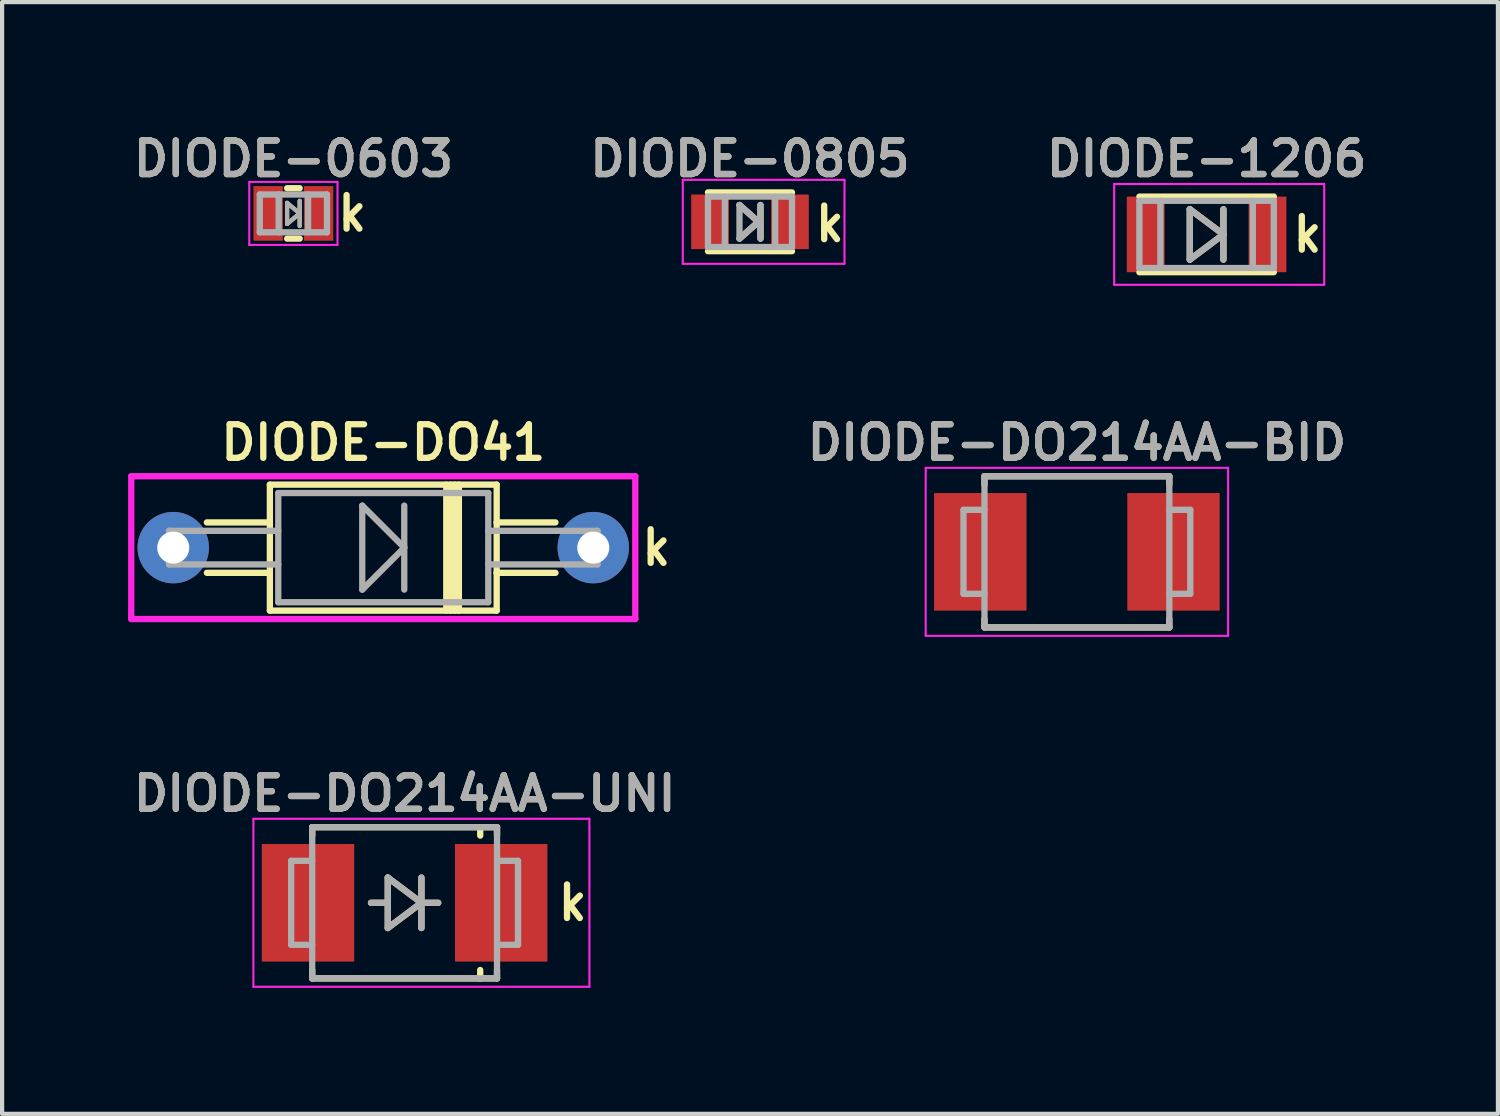
<source format=kicad_pcb>
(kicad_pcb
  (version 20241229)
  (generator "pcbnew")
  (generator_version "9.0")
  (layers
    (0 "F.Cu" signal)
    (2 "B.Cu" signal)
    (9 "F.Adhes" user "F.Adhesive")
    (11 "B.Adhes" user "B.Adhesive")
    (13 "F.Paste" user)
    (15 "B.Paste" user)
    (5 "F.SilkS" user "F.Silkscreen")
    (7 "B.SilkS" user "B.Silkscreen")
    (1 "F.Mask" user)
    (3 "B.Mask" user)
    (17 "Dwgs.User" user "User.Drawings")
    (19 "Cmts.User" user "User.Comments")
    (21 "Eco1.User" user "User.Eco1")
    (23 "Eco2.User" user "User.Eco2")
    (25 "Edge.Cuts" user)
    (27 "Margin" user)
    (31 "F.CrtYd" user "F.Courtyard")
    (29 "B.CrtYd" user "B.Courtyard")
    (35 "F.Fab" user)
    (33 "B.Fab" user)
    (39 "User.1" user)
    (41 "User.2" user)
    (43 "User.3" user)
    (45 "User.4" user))
  (footprint "DIODE-0805"
    (layer "F.Cu")
    (at 14.806 2.231)
    (property "Reference" "DIODE-0805" (at 0 -1.5 0) (layer "F.SilkS") (effects (font (size 0.8 0.8) (thickness 0.15))))
    (attr smd)
    (fp_line (start -1 -0.7) (end 1 -0.7) (stroke (width 0.15) (type solid)) (layer "F.SilkS"))
    (fp_line (start -0.25 -0.4) (end 0.2 0) (stroke (width 0.15) (type solid)) (layer "F.SilkS"))
    (fp_line (start 0.2 0) (end -0.25 0.4) (stroke (width 0.15) (type solid)) (layer "F.SilkS"))
    (fp_line (start 0.25 -0.4) (end 0.25 0.4) (stroke (width 0.15) (type solid)) (layer "F.SilkS"))
    (fp_line (start 1 0.7) (end -1 0.7) (stroke (width 0.15) (type solid)) (layer "F.SilkS"))
    (fp_line (start -1.6 -1) (end -1.6 1) (stroke (width 0.05) (type solid)) (layer "F.CrtYd"))
    (fp_line (start -1.6 -1) (end 2.25 -1) (stroke (width 0.05) (type solid)) (layer "F.CrtYd"))
    (fp_line (start -1.6 1) (end 2.25 1) (stroke (width 0.05) (type solid)) (layer "F.CrtYd"))
    (fp_line (start 2.25 -1) (end 2.25 1) (stroke (width 0.05) (type solid)) (layer "F.CrtYd"))
    (fp_line (start -1 -0.6) (end 1 -0.6) (stroke (width 0.15) (type solid)) (layer "F.Fab"))
    (fp_line (start -1 0.6) (end -1 -0.6) (stroke (width 0.15) (type solid)) (layer "F.Fab"))
    (fp_line (start -0.6 -0.6) (end -0.6 0.6) (stroke (width 0.15) (type solid)) (layer "F.Fab"))
    (fp_line (start -0.25 -0.4) (end -0.25 0.4) (stroke (width 0.15) (type solid)) (layer "F.Fab"))
    (fp_line (start -0.25 0.4) (end 0.2 0) (stroke (width 0.15) (type solid)) (layer "F.Fab"))
    (fp_line (start 0.2 0) (end -0.25 -0.4) (stroke (width 0.15) (type solid)) (layer "F.Fab"))
    (fp_line (start 0.25 -0.4) (end 0.25 0.4) (stroke (width 0.15) (type solid)) (layer "F.Fab"))
    (fp_line (start 0.6 -0.6) (end 0.6 0.6) (stroke (width 0.15) (type solid)) (layer "F.Fab"))
    (fp_line (start 1 -0.6) (end 1 0.6) (stroke (width 0.15) (type solid)) (layer "F.Fab"))
    (fp_line (start 1 0.6) (end -1 0.6) (stroke (width 0.15) (type solid)) (layer "F.Fab"))
    (fp_text user "k" (at 1.9 0.05 0) (layer "F.SilkS") (effects (font (size 0.8 0.8) (thickness 0.15))))
    (fp_text user "${REFERENCE}" (at 0 -1.5 0) (layer "F.Fab") (effects (font (size 0.8 0.8) (thickness 0.15))))
    (pad "1" smd rect (at 0.95 0) (size 0.9 1.3) (layers "F.Cu" "F.Mask" "F.Paste"))
    (pad "2" smd rect (at -0.95 0) (size 0.9 1.3) (layers "F.Cu" "F.Mask" "F.Paste")))
  (footprint "DIODE-0603"
    (layer "F.Cu")
    (at 3.935 2.031)
    (property "Reference" "DIODE-0603" (at 0 -1.3 0) (layer "F.SilkS") (effects (font (size 0.8 0.8) (thickness 0.15))))
    (attr smd)
    (fp_line (start -0.15 -0.6) (end 0.15 -0.6) (stroke (width 0.15) (type solid)) (layer "F.SilkS"))
    (fp_line (start -0.15 -0.25) (end -0.15 0.25) (stroke (width 0.1) (type solid)) (layer "F.SilkS"))
    (fp_line (start -0.15 0.25) (end 0.15 0) (stroke (width 0.1) (type solid)) (layer "F.SilkS"))
    (fp_line (start -0.15 0.6) (end 0.15 0.6) (stroke (width 0.15) (type solid)) (layer "F.SilkS"))
    (fp_line (start 0.15 -0.3) (end 0.15 0.3) (stroke (width 0.1) (type solid)) (layer "F.SilkS"))
    (fp_line (start 0.15 0) (end -0.15 -0.25) (stroke (width 0.1) (type solid)) (layer "F.SilkS"))
    (fp_line (start -1.05 -0.75) (end 1.05 -0.75) (stroke (width 0.05) (type solid)) (layer "F.CrtYd"))
    (fp_line (start -1.05 0.75) (end -1.05 -0.75) (stroke (width 0.05) (type solid)) (layer "F.CrtYd"))
    (fp_line (start 1.05 -0.75) (end 1.05 0.75) (stroke (width 0.05) (type solid)) (layer "F.CrtYd"))
    (fp_line (start 1.05 0.75) (end -1.05 0.75) (stroke (width 0.05) (type solid)) (layer "F.CrtYd"))
    (fp_line (start -0.8 -0.45) (end 0.8 -0.45) (stroke (width 0.15) (type solid)) (layer "F.Fab"))
    (fp_line (start -0.8 0.45) (end -0.8 -0.45) (stroke (width 0.15) (type solid)) (layer "F.Fab"))
    (fp_line (start -0.35 -0.45) (end -0.35 0.45) (stroke (width 0.15) (type solid)) (layer "F.Fab"))
    (fp_line (start -0.15 -0.25) (end -0.15 0.25) (stroke (width 0.1) (type solid)) (layer "F.Fab"))
    (fp_line (start -0.15 0.25) (end 0.15 0) (stroke (width 0.1) (type solid)) (layer "F.Fab"))
    (fp_line (start 0.15 -0.3) (end 0.15 0.3) (stroke (width 0.1) (type solid)) (layer "F.Fab"))
    (fp_line (start 0.15 0) (end -0.15 -0.25) (stroke (width 0.1) (type solid)) (layer "F.Fab"))
    (fp_line (start 0.35 -0.45) (end 0.35 0.45) (stroke (width 0.15) (type solid)) (layer "F.Fab"))
    (fp_line (start 0.8 -0.45) (end 0.8 0.45) (stroke (width 0.15) (type solid)) (layer "F.Fab"))
    (fp_line (start 0.8 0.45) (end -0.8 0.45) (stroke (width 0.15) (type solid)) (layer "F.Fab"))
    (fp_text user "k" (at 1.4 0 0) (layer "F.SilkS") (effects (font (size 0.8 0.8) (thickness 0.15))))
    (fp_text user "${REFERENCE}" (at 0 -1.3 0) (layer "F.Fab") (effects (font (size 0.8 0.8) (thickness 0.15))))
    (pad "1" smd rect (at -0.6 0) (size 0.7 1.3) (layers "F.Cu" "F.Mask" "F.Paste"))
    (pad "2" smd rect (at 0.6 0) (size 0.7 1.3) (layers "F.Cu" "F.Mask" "F.Paste")))
  (footprint "DIODE-DO41"
    (layer "F.Cu")
    (at 6.075 9.988)
    (property "Reference" "DIODE-DO41" (at 0 -2.5 0) (layer "F.SilkS") (effects (font (size 0.8 0.8) (thickness 0.15))))
    (attr through_hole)
    (fp_line (start -4.2 -0.6) (end -2.7 -0.6) (stroke (width 0.15) (type solid)) (layer "F.SilkS"))
    (fp_line (start -2.7 -1.5) (end 2.7 -1.5) (stroke (width 0.15) (type solid)) (layer "F.SilkS"))
    (fp_line (start -2.7 -0.6) (end -2.7 -1.5) (stroke (width 0.15) (type solid)) (layer "F.SilkS"))
    (fp_line (start -2.7 -0.6) (end -2.7 0.6) (stroke (width 0.15) (type solid)) (layer "F.SilkS"))
    (fp_line (start -2.7 0.6) (end -4.2 0.6) (stroke (width 0.15) (type solid)) (layer "F.SilkS"))
    (fp_line (start -2.7 1.5) (end -2.7 0.6) (stroke (width 0.15) (type solid)) (layer "F.SilkS"))
    (fp_line (start 1.5 -1.5) (end 1.5 1.5) (stroke (width 0.15) (type solid)) (layer "F.SilkS"))
    (fp_line (start 1.6 1.5) (end 1.6 -1.5) (stroke (width 0.15) (type solid)) (layer "F.SilkS"))
    (fp_line (start 1.7 -1.5) (end 1.7 1.5) (stroke (width 0.15) (type solid)) (layer "F.SilkS"))
    (fp_line (start 1.8 -1.5) (end 1.8 1.5) (stroke (width 0.15) (type solid)) (layer "F.SilkS"))
    (fp_line (start 2.7 -1.5) (end 2.7 -0.6) (stroke (width 0.15) (type solid)) (layer "F.SilkS"))
    (fp_line (start 2.7 -0.6) (end 2.7 0.6) (stroke (width 0.15) (type solid)) (layer "F.SilkS"))
    (fp_line (start 2.7 -0.6) (end 4.1 -0.6) (stroke (width 0.15) (type solid)) (layer "F.SilkS"))
    (fp_line (start 2.7 0.6) (end 2.7 1.5) (stroke (width 0.15) (type solid)) (layer "F.SilkS"))
    (fp_line (start 2.7 1.5) (end -2.7 1.5) (stroke (width 0.15) (type solid)) (layer "F.SilkS"))
    (fp_line (start 4.1 0.6) (end 2.7 0.6) (stroke (width 0.15) (type solid)) (layer "F.SilkS"))
    (fp_line (start -6 -1.7) (end 6 -1.7) (stroke (width 0.15) (type solid)) (layer "F.CrtYd"))
    (fp_line (start -6 1.7) (end -6 -1.7) (stroke (width 0.15) (type solid)) (layer "F.CrtYd"))
    (fp_line (start 6 -1.7) (end 6 1.7) (stroke (width 0.15) (type solid)) (layer "F.CrtYd"))
    (fp_line (start 6 1.7) (end -6 1.7) (stroke (width 0.15) (type solid)) (layer "F.CrtYd"))
    (fp_line (start -5.1 -0.4) (end -5.1 0.4) (stroke (width 0.15) (type solid)) (layer "F.Fab"))
    (fp_line (start -5.1 0.4) (end -2.5 0.4) (stroke (width 0.15) (type solid)) (layer "F.Fab"))
    (fp_line (start -2.5 -1.3) (end -2.5 1.3) (stroke (width 0.15) (type solid)) (layer "F.Fab"))
    (fp_line (start -2.5 -0.4) (end -5.1 -0.4) (stroke (width 0.15) (type solid)) (layer "F.Fab"))
    (fp_line (start -2.5 1.3) (end 2.5 1.3) (stroke (width 0.15) (type solid)) (layer "F.Fab"))
    (fp_line (start -0.5 -1) (end -0.5 1) (stroke (width 0.15) (type solid)) (layer "F.Fab"))
    (fp_line (start -0.5 1) (end 0.5 0) (stroke (width 0.15) (type solid)) (layer "F.Fab"))
    (fp_line (start 0.5 -1) (end 0.5 1) (stroke (width 0.15) (type solid)) (layer "F.Fab"))
    (fp_line (start 0.5 0) (end -0.5 -1) (stroke (width 0.15) (type solid)) (layer "F.Fab"))
    (fp_line (start 2.5 -1.3) (end -2.5 -1.3) (stroke (width 0.15) (type solid)) (layer "F.Fab"))
    (fp_line (start 2.5 -0.4) (end 5.1 -0.4) (stroke (width 0.15) (type solid)) (layer "F.Fab"))
    (fp_line (start 2.5 1.3) (end 2.5 -1.3) (stroke (width 0.15) (type solid)) (layer "F.Fab"))
    (fp_line (start 5.1 -0.4) (end 5.1 0.4) (stroke (width 0.15) (type solid)) (layer "F.Fab"))
    (fp_line (start 5.1 0.4) (end 2.5 0.4) (stroke (width 0.15) (type solid)) (layer "F.Fab"))
    (fp_text user "k" (at 6.5 0 0) (layer "F.SilkS") (effects (font (size 0.8 0.8) (thickness 0.15))))
    (pad "1" thru_hole circle (at -5 0) (size 1.7 1.7) (drill 0.762) (layers "*.Cu" "*.Mask"))
    (pad "2" thru_hole circle (at 5 0) (size 1.7 1.7) (drill 0.762) (layers "*.Cu" "*.Mask")))
  (footprint "DIODE-DO214AA-BID"
    (layer "F.Cu")
    (at 22.589 10.088)
    (property "Reference" "DIODE-DO214AA-BID" (at 0 -2.6 0) (layer "F.SilkS") (effects (font (size 0.8 0.8) (thickness 0.15))))
    (attr smd)
    (fp_line (start -2.2 -1.8) (end 2.2 -1.8) (stroke (width 0.15) (type solid)) (layer "F.SilkS"))
    (fp_line (start -2.2 -1.6) (end -2.2 -1.8) (stroke (width 0.15) (type solid)) (layer "F.SilkS"))
    (fp_line (start -2.2 1.6) (end -2.2 1.8) (stroke (width 0.15) (type solid)) (layer "F.SilkS"))
    (fp_line (start -2.2 1.8) (end 2.2 1.8) (stroke (width 0.15) (type solid)) (layer "F.SilkS"))
    (fp_line (start 2.2 -1.8) (end 2.2 -1.6) (stroke (width 0.15) (type solid)) (layer "F.SilkS"))
    (fp_line (start 2.2 1.8) (end 2.2 1.6) (stroke (width 0.15) (type solid)) (layer "F.SilkS"))
    (fp_line (start -3.6 -2) (end 3.6 -2) (stroke (width 0.05) (type solid)) (layer "F.CrtYd"))
    (fp_line (start -3.6 2) (end -3.6 -2) (stroke (width 0.05) (type solid)) (layer "F.CrtYd"))
    (fp_line (start 3.6 -2) (end 3.6 2) (stroke (width 0.05) (type solid)) (layer "F.CrtYd"))
    (fp_line (start 3.6 2) (end -3.6 2) (stroke (width 0.05) (type solid)) (layer "F.CrtYd"))
    (fp_line (start -2.7 -1) (end -2.7 1) (stroke (width 0.15) (type solid)) (layer "F.Fab"))
    (fp_line (start -2.7 1) (end -2.2 1) (stroke (width 0.15) (type solid)) (layer "F.Fab"))
    (fp_line (start -2.2 -1.8) (end 2.2 -1.8) (stroke (width 0.15) (type solid)) (layer "F.Fab"))
    (fp_line (start -2.2 -1) (end -2.7 -1) (stroke (width 0.15) (type solid)) (layer "F.Fab"))
    (fp_line (start -2.2 1.8) (end -2.2 -1.8) (stroke (width 0.15) (type solid)) (layer "F.Fab"))
    (fp_line (start 2.2 -1.8) (end 2.2 1.8) (stroke (width 0.15) (type solid)) (layer "F.Fab"))
    (fp_line (start 2.2 -1) (end 2.7 -1) (stroke (width 0.15) (type solid)) (layer "F.Fab"))
    (fp_line (start 2.2 1.8) (end -2.2 1.8) (stroke (width 0.15) (type solid)) (layer "F.Fab"))
    (fp_line (start 2.7 -1) (end 2.7 1) (stroke (width 0.15) (type solid)) (layer "F.Fab"))
    (fp_line (start 2.7 1) (end 2.2 1) (stroke (width 0.15) (type solid)) (layer "F.Fab"))
    (fp_text user "${REFERENCE}" (at 0 -2.6 0) (layer "F.Fab") (effects (font (size 0.8 0.8) (thickness 0.15))))
    (pad "1" smd rect (at -2.3 0) (size 2.2 2.8) (layers "F.Cu" "F.Mask" "F.Paste"))
    (pad "2" smd rect (at 2.3 0) (size 2.2 2.8) (layers "F.Cu" "F.Mask" "F.Paste")))
  (footprint "DIODE-DO214AA-UNI"
    (layer "F.Cu")
    (at 6.583 18.444)
    (property "Reference" "DIODE-DO214AA-UNI" (at 0 -2.6 0) (layer "F.SilkS") (effects (font (size 0.8 0.8) (thickness 0.15))))
    (attr smd)
    (fp_line (start -2.2 -1.8) (end 2.2 -1.8) (stroke (width 0.15) (type solid)) (layer "F.SilkS"))
    (fp_line (start -2.2 -1.6) (end -2.2 -1.8) (stroke (width 0.15) (type solid)) (layer "F.SilkS"))
    (fp_line (start -2.2 1.6) (end -2.2 1.8) (stroke (width 0.15) (type solid)) (layer "F.SilkS"))
    (fp_line (start -2.2 1.8) (end 2.2 1.8) (stroke (width 0.15) (type solid)) (layer "F.SilkS"))
    (fp_line (start -0.8 0) (end -0.4 0) (stroke (width 0.15) (type solid)) (layer "F.SilkS"))
    (fp_line (start -0.4 -0.6) (end 0.4 0) (stroke (width 0.15) (type solid)) (layer "F.SilkS"))
    (fp_line (start -0.4 0.6) (end -0.4 -0.6) (stroke (width 0.15) (type solid)) (layer "F.SilkS"))
    (fp_line (start 0.4 0) (end -0.4 0.6) (stroke (width 0.15) (type solid)) (layer "F.SilkS"))
    (fp_line (start 0.4 0) (end 0.8 0) (stroke (width 0.15) (type solid)) (layer "F.SilkS"))
    (fp_line (start 0.4 0.6) (end 0.4 -0.6) (stroke (width 0.15) (type solid)) (layer "F.SilkS"))
    (fp_line (start 1.8 -1.8) (end 1.8 -1.6) (stroke (width 0.15) (type solid)) (layer "F.SilkS"))
    (fp_line (start 1.8 1.8) (end 1.8 1.6) (stroke (width 0.15) (type solid)) (layer "F.SilkS"))
    (fp_line (start 2.2 -1.8) (end 2.2 -1.6) (stroke (width 0.15) (type solid)) (layer "F.SilkS"))
    (fp_line (start 2.2 1.8) (end 2.2 1.6) (stroke (width 0.15) (type solid)) (layer "F.SilkS"))
    (fp_line (start -3.6 -2) (end 4.4 -2) (stroke (width 0.05) (type solid)) (layer "F.CrtYd"))
    (fp_line (start -3.6 2) (end -3.6 -2) (stroke (width 0.05) (type solid)) (layer "F.CrtYd"))
    (fp_line (start 4.4 -2) (end 4.4 2) (stroke (width 0.05) (type solid)) (layer "F.CrtYd"))
    (fp_line (start 4.4 2) (end -3.6 2) (stroke (width 0.05) (type solid)) (layer "F.CrtYd"))
    (fp_line (start -2.7 -1) (end -2.7 1) (stroke (width 0.15) (type solid)) (layer "F.Fab"))
    (fp_line (start -2.7 1) (end -2.2 1) (stroke (width 0.15) (type solid)) (layer "F.Fab"))
    (fp_line (start -2.2 -1.8) (end 2.2 -1.8) (stroke (width 0.15) (type solid)) (layer "F.Fab"))
    (fp_line (start -2.2 -1) (end -2.7 -1) (stroke (width 0.15) (type solid)) (layer "F.Fab"))
    (fp_line (start -2.2 1.8) (end -2.2 -1.8) (stroke (width 0.15) (type solid)) (layer "F.Fab"))
    (fp_line (start -0.4 -0.6) (end 0.4 0) (stroke (width 0.15) (type solid)) (layer "F.Fab"))
    (fp_line (start -0.4 0) (end -0.8 0) (stroke (width 0.15) (type solid)) (layer "F.Fab"))
    (fp_line (start -0.4 0.6) (end -0.4 -0.6) (stroke (width 0.15) (type solid)) (layer "F.Fab"))
    (fp_line (start 0.4 -0.6) (end 0.4 0.6) (stroke (width 0.15) (type solid)) (layer "F.Fab"))
    (fp_line (start 0.4 0) (end -0.4 0.6) (stroke (width 0.15) (type solid)) (layer "F.Fab"))
    (fp_line (start 0.8 0) (end 0.4 0) (stroke (width 0.15) (type solid)) (layer "F.Fab"))
    (fp_line (start 2.2 -1.8) (end 2.2 1.8) (stroke (width 0.15) (type solid)) (layer "F.Fab"))
    (fp_line (start 2.2 -1) (end 2.7 -1) (stroke (width 0.15) (type solid)) (layer "F.Fab"))
    (fp_line (start 2.2 1.8) (end -2.2 1.8) (stroke (width 0.15) (type solid)) (layer "F.Fab"))
    (fp_line (start 2.7 -1) (end 2.7 1) (stroke (width 0.15) (type solid)) (layer "F.Fab"))
    (fp_line (start 2.7 1) (end 2.2 1) (stroke (width 0.15) (type solid)) (layer "F.Fab"))
    (fp_text user "k" (at 4 0 0) (layer "F.SilkS") (effects (font (size 0.8 0.8) (thickness 0.15))))
    (fp_text user "${REFERENCE}" (at 0 -2.6 0) (layer "F.Fab") (effects (font (size 0.8 0.8) (thickness 0.15))))
    (pad "1" smd rect (at 2.3 0) (size 2.2 2.8) (layers "F.Cu" "F.Mask" "F.Paste"))
    (pad "2" smd rect (at -2.3 0) (size 2.2 2.8) (layers "F.Cu" "F.Mask" "F.Paste")))
  (footprint "DIODE-1206"
    (layer "F.Cu")
    (at 25.677 2.531)
    (property "Reference" "DIODE-1206" (at 0 -1.8 0) (layer "F.SilkS") (effects (font (size 0.8 0.8) (thickness 0.15))))
    (attr smd)
    (fp_line (start -1.6 -0.9) (end 1.6 -0.9) (stroke (width 0.15) (type solid)) (layer "F.SilkS"))
    (fp_line (start -0.4 -0.6) (end 0.4 0) (stroke (width 0.15) (type solid)) (layer "F.SilkS"))
    (fp_line (start -0.4 0.6) (end -0.4 -0.6) (stroke (width 0.15) (type solid)) (layer "F.SilkS"))
    (fp_line (start 0.4 -0.6) (end 0.4 0.6) (stroke (width 0.15) (type solid)) (layer "F.SilkS"))
    (fp_line (start 0.4 0) (end -0.4 0.6) (stroke (width 0.15) (type solid)) (layer "F.SilkS"))
    (fp_line (start 1.6 0.9) (end -1.6 0.9) (stroke (width 0.15) (type solid)) (layer "F.SilkS"))
    (fp_line (start -2.2 -1.2) (end -2.2 1.2) (stroke (width 0.05) (type solid)) (layer "F.CrtYd"))
    (fp_line (start -2.2 -1.2) (end 2.8 -1.2) (stroke (width 0.05) (type solid)) (layer "F.CrtYd"))
    (fp_line (start -2.2 1.2) (end 2.8 1.2) (stroke (width 0.05) (type solid)) (layer "F.CrtYd"))
    (fp_line (start 2.8 -1.2) (end 2.8 1.2) (stroke (width 0.05) (type solid)) (layer "F.CrtYd"))
    (fp_line (start -1.6 -0.8) (end 1.6 -0.8) (stroke (width 0.15) (type solid)) (layer "F.Fab"))
    (fp_line (start -1.6 0.8) (end -1.6 -0.8) (stroke (width 0.15) (type solid)) (layer "F.Fab"))
    (fp_line (start -1.1 -0.8) (end -1.1 0.7) (stroke (width 0.15) (type solid)) (layer "F.Fab"))
    (fp_line (start -0.4 -0.6) (end -0.4 0.6) (stroke (width 0.15) (type solid)) (layer "F.Fab"))
    (fp_line (start -0.4 0.6) (end 0.4 0) (stroke (width 0.15) (type solid)) (layer "F.Fab"))
    (fp_line (start 0.4 -0.6) (end 0.4 0.6) (stroke (width 0.15) (type solid)) (layer "F.Fab"))
    (fp_line (start 0.4 0) (end -0.4 -0.6) (stroke (width 0.15) (type solid)) (layer "F.Fab"))
    (fp_line (start 1.1 -0.8) (end 1.1 0.8) (stroke (width 0.15) (type solid)) (layer "F.Fab"))
    (fp_line (start 1.6 -0.8) (end 1.6 0.8) (stroke (width 0.15) (type solid)) (layer "F.Fab"))
    (fp_line (start 1.6 0.8) (end -1.6 0.8) (stroke (width 0.15) (type solid)) (layer "F.Fab"))
    (fp_text user "k" (at 2.4 0 0) (layer "F.SilkS") (effects (font (size 0.8 0.8) (thickness 0.15))))
    (fp_text user "${REFERENCE}" (at 0 -1.8 0) (layer "F.Fab") (effects (font (size 0.8 0.8) (thickness 0.15))))
    (pad "1" smd rect (at 1.45 0) (size 0.9 1.8) (layers "F.Cu" "F.Mask" "F.Paste"))
    (pad "2" smd rect (at -1.45 0) (size 0.9 1.8) (layers "F.Cu" "F.Mask" "F.Paste")))
  (gr_rect
    (start -3 -3)
    (end 32.613 23.469)
    (stroke (width 0.1) (type default))
    (fill no)
    (layer "Edge.Cuts")))
</source>
